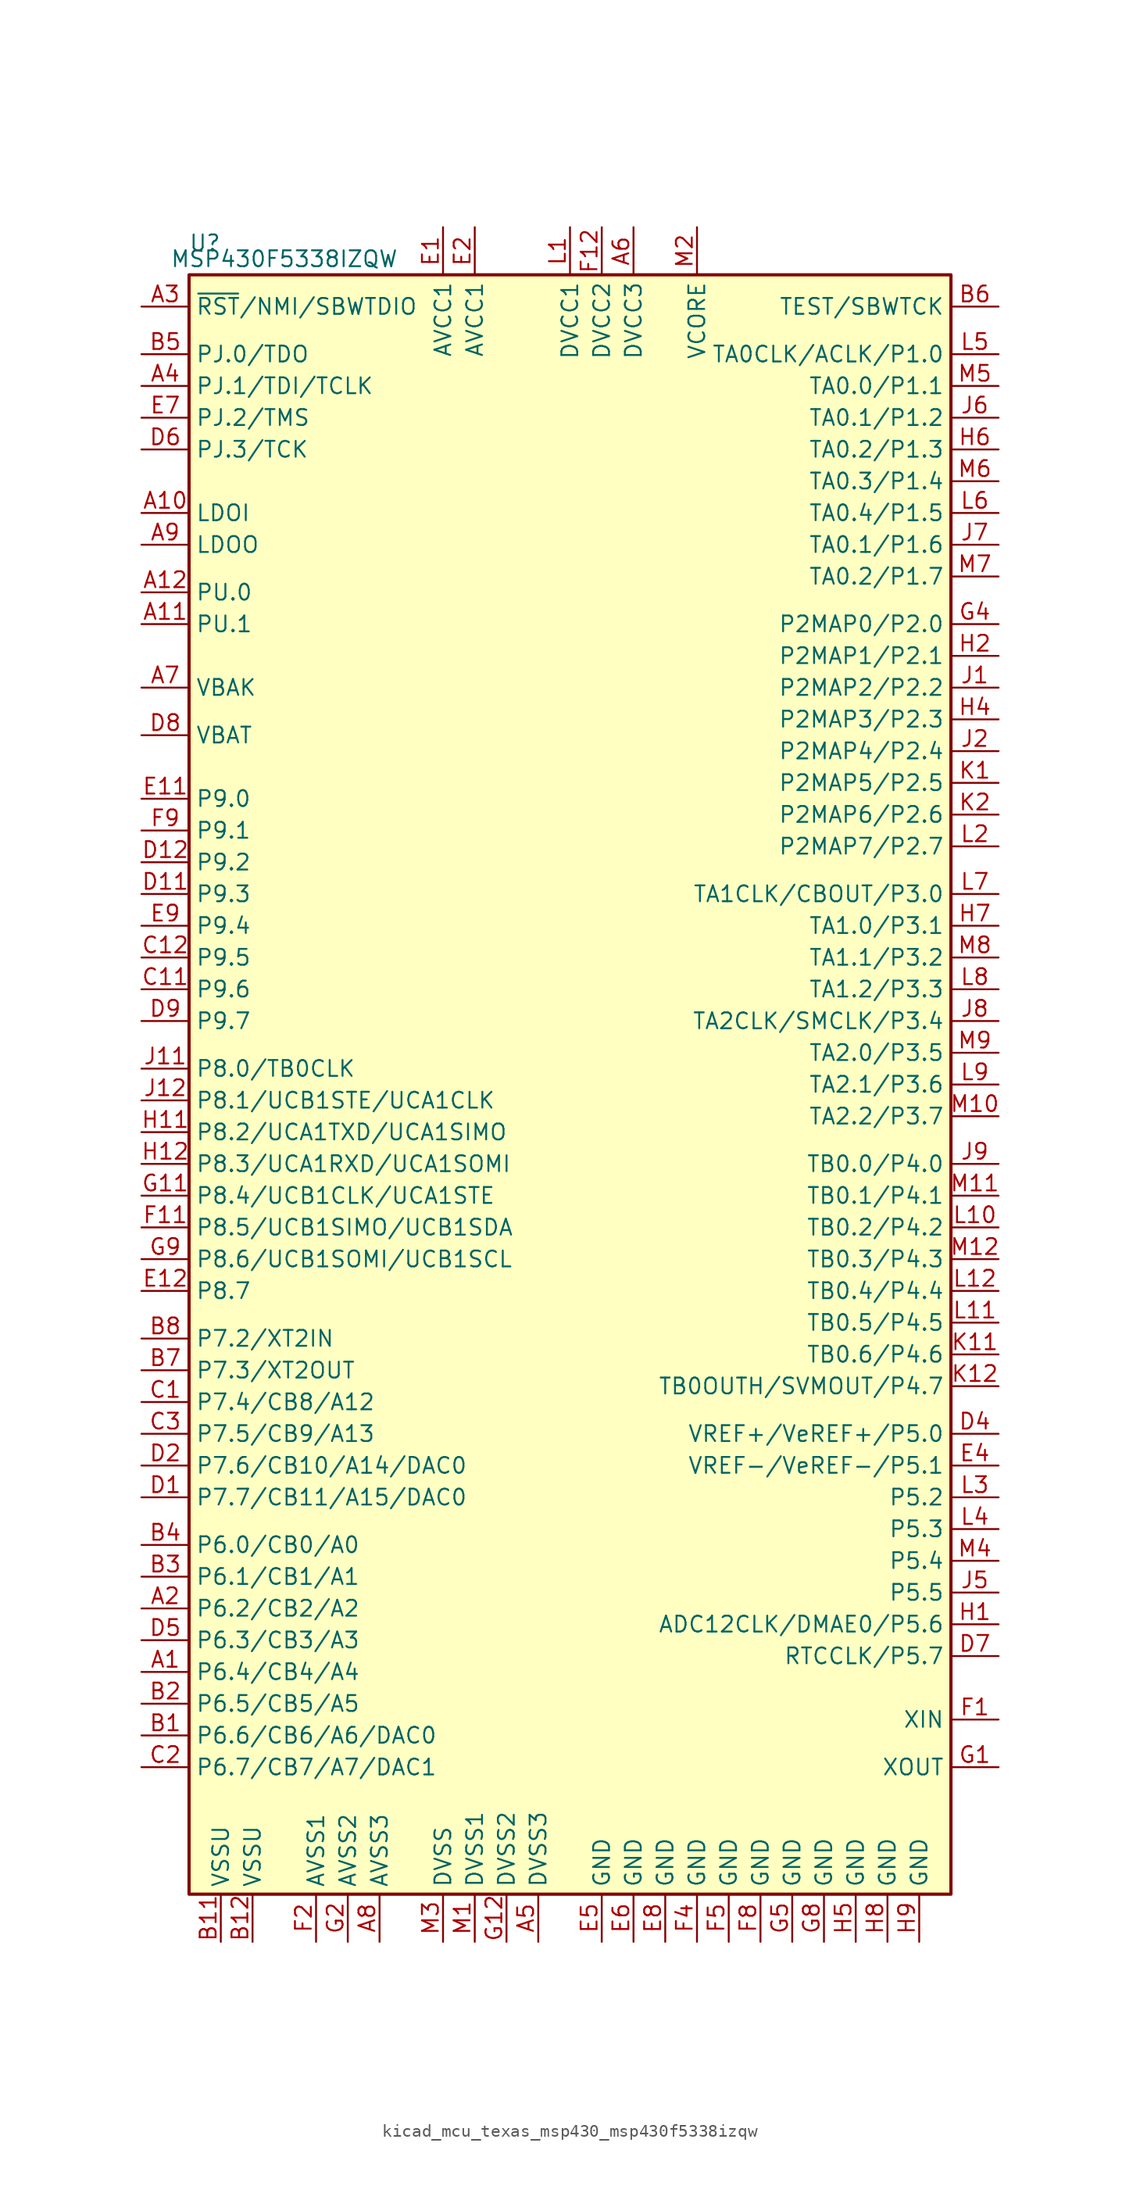
<source format=kicad_sym>
(kicad_symbol_lib
  (version 20220914)
  (generator kicad_symbol_editor)
  (symbol "kicad_mcu_texas_msp430_msp430f5338izqw"
    (property "Reference" "U"
      (at -29.21 67.31 0)
      (effects (font (size 1.27 1.27))))
    (property "Value" "MSP430F5338IZQW"
      (at -22.86 66.04 0)
      (effects (font (size 1.27 1.27))))
    (symbol "kicad_mcu_texas_msp430_msp430f5338izqw_0_1"
      (rectangle (start -30.48 64.77) (end 30.48 -64.77) (stroke (width 0.254) (type default)) (fill (type background))))
    (symbol "kicad_mcu_texas_msp430_msp430f5338izqw_1_1"
      (pin bidirectional line (at -34.29 -46.99 0) (length 3.81) (name "P6.4/CB4/A4" (effects (font (size 1.27 1.27)))) (number "A1" (effects (font (size 1.27 1.27)))))
      (pin bidirectional line (at -34.29 45.72 0) (length 3.81) (name "LDOI" (effects (font (size 1.27 1.27)))) (number "A10" (effects (font (size 1.27 1.27)))))
      (pin bidirectional line (at -34.29 36.83 0) (length 3.81) (name "PU.1" (effects (font (size 1.27 1.27)))) (number "A11" (effects (font (size 1.27 1.27)))))
      (pin bidirectional line (at -34.29 39.37 0) (length 3.81) (name "PU.0" (effects (font (size 1.27 1.27)))) (number "A12" (effects (font (size 1.27 1.27)))))
      (pin bidirectional line (at -34.29 -41.91 0) (length 3.81) (name "P6.2/CB2/A2" (effects (font (size 1.27 1.27)))) (number "A2" (effects (font (size 1.27 1.27)))))
      (pin input line (at -34.29 62.23 0) (length 3.81) (name "~{RST}/NMI/SBWTDIO" (effects (font (size 1.27 1.27)))) (number "A3" (effects (font (size 1.27 1.27)))))
      (pin bidirectional line (at -34.29 55.88 0) (length 3.81) (name "PJ.1/TDI/TCLK" (effects (font (size 1.27 1.27)))) (number "A4" (effects (font (size 1.27 1.27)))))
      (pin power_in line (at -2.54 -68.58 90) (length 3.81) (name "DVSS3" (effects (font (size 1.27 1.27)))) (number "A5" (effects (font (size 1.27 1.27)))))
      (pin power_in line (at 5.08 68.58 270) (length 3.81) (name "DVCC3" (effects (font (size 1.27 1.27)))) (number "A6" (effects (font (size 1.27 1.27)))))
      (pin bidirectional line (at -34.29 31.75 0) (length 3.81) (name "VBAK" (effects (font (size 1.27 1.27)))) (number "A7" (effects (font (size 1.27 1.27)))))
      (pin power_in line (at -15.24 -68.58 90) (length 3.81) (name "AVSS3" (effects (font (size 1.27 1.27)))) (number "A8" (effects (font (size 1.27 1.27)))))
      (pin bidirectional line (at -34.29 43.18 0) (length 3.81) (name "LDOO" (effects (font (size 1.27 1.27)))) (number "A9" (effects (font (size 1.27 1.27)))))
      (pin bidirectional line (at -34.29 -52.07 0) (length 3.81) (name "P6.6/CB6/A6/DAC0" (effects (font (size 1.27 1.27)))) (number "B1" (effects (font (size 1.27 1.27)))))
      (pin power_in line (at -27.94 -68.58 90) (length 3.81) (name "VSSU" (effects (font (size 1.27 1.27)))) (number "B11" (effects (font (size 1.27 1.27)))))
      (pin power_in line (at -25.4 -68.58 90) (length 3.81) (name "VSSU" (effects (font (size 1.27 1.27)))) (number "B12" (effects (font (size 1.27 1.27)))))
      (pin bidirectional line (at -34.29 -49.53 0) (length 3.81) (name "P6.5/CB5/A5" (effects (font (size 1.27 1.27)))) (number "B2" (effects (font (size 1.27 1.27)))))
      (pin bidirectional line (at -34.29 -39.37 0) (length 3.81) (name "P6.1/CB1/A1" (effects (font (size 1.27 1.27)))) (number "B3" (effects (font (size 1.27 1.27)))))
      (pin bidirectional line (at -34.29 -36.83 0) (length 3.81) (name "P6.0/CB0/A0" (effects (font (size 1.27 1.27)))) (number "B4" (effects (font (size 1.27 1.27)))))
      (pin bidirectional line (at -34.29 58.42 0) (length 3.81) (name "PJ.0/TDO" (effects (font (size 1.27 1.27)))) (number "B5" (effects (font (size 1.27 1.27)))))
      (pin input line (at 34.29 62.23 180) (length 3.81) (name "TEST/SBWTCK" (effects (font (size 1.27 1.27)))) (number "B6" (effects (font (size 1.27 1.27)))))
      (pin bidirectional line (at -34.29 -22.86 0) (length 3.81) (name "P7.3/XT2OUT" (effects (font (size 1.27 1.27)))) (number "B7" (effects (font (size 1.27 1.27)))))
      (pin bidirectional line (at -34.29 -20.32 0) (length 3.81) (name "P7.2/XT2IN" (effects (font (size 1.27 1.27)))) (number "B8" (effects (font (size 1.27 1.27)))))
      (pin bidirectional line (at -34.29 -25.4 0) (length 3.81) (name "P7.4/CB8/A12" (effects (font (size 1.27 1.27)))) (number "C1" (effects (font (size 1.27 1.27)))))
      (pin bidirectional line (at -34.29 7.62 0) (length 3.81) (name "P9.6" (effects (font (size 1.27 1.27)))) (number "C11" (effects (font (size 1.27 1.27)))))
      (pin bidirectional line (at -34.29 10.16 0) (length 3.81) (name "P9.5" (effects (font (size 1.27 1.27)))) (number "C12" (effects (font (size 1.27 1.27)))))
      (pin bidirectional line (at -34.29 -54.61 0) (length 3.81) (name "P6.7/CB7/A7/DAC1" (effects (font (size 1.27 1.27)))) (number "C2" (effects (font (size 1.27 1.27)))))
      (pin bidirectional line (at -34.29 -27.94 0) (length 3.81) (name "P7.5/CB9/A13" (effects (font (size 1.27 1.27)))) (number "C3" (effects (font (size 1.27 1.27)))))
      (pin bidirectional line (at -34.29 -33.02 0) (length 3.81) (name "P7.7/CB11/A15/DAC0" (effects (font (size 1.27 1.27)))) (number "D1" (effects (font (size 1.27 1.27)))))
      (pin bidirectional line (at -34.29 15.24 0) (length 3.81) (name "P9.3" (effects (font (size 1.27 1.27)))) (number "D11" (effects (font (size 1.27 1.27)))))
      (pin bidirectional line (at -34.29 17.78 0) (length 3.81) (name "P9.2" (effects (font (size 1.27 1.27)))) (number "D12" (effects (font (size 1.27 1.27)))))
      (pin bidirectional line (at -34.29 -30.48 0) (length 3.81) (name "P7.6/CB10/A14/DAC0" (effects (font (size 1.27 1.27)))) (number "D2" (effects (font (size 1.27 1.27)))))
      (pin bidirectional line (at 34.29 -27.94 180) (length 3.81) (name "VREF+/VeREF+/P5.0" (effects (font (size 1.27 1.27)))) (number "D4" (effects (font (size 1.27 1.27)))))
      (pin bidirectional line (at -34.29 -44.45 0) (length 3.81) (name "P6.3/CB3/A3" (effects (font (size 1.27 1.27)))) (number "D5" (effects (font (size 1.27 1.27)))))
      (pin bidirectional line (at -34.29 50.8 0) (length 3.81) (name "PJ.3/TCK" (effects (font (size 1.27 1.27)))) (number "D6" (effects (font (size 1.27 1.27)))))
      (pin bidirectional line (at 34.29 -45.72 180) (length 3.81) (name "RTCCLK/P5.7" (effects (font (size 1.27 1.27)))) (number "D7" (effects (font (size 1.27 1.27)))))
      (pin bidirectional line (at -34.29 27.94 0) (length 3.81) (name "VBAT" (effects (font (size 1.27 1.27)))) (number "D8" (effects (font (size 1.27 1.27)))))
      (pin bidirectional line (at -34.29 5.08 0) (length 3.81) (name "P9.7" (effects (font (size 1.27 1.27)))) (number "D9" (effects (font (size 1.27 1.27)))))
      (pin power_in line (at -10.16 68.58 270) (length 3.81) (name "AVCC1" (effects (font (size 1.27 1.27)))) (number "E1" (effects (font (size 1.27 1.27)))))
      (pin bidirectional line (at -34.29 22.86 0) (length 3.81) (name "P9.0" (effects (font (size 1.27 1.27)))) (number "E11" (effects (font (size 1.27 1.27)))))
      (pin bidirectional line (at -34.29 -16.51 0) (length 3.81) (name "P8.7" (effects (font (size 1.27 1.27)))) (number "E12" (effects (font (size 1.27 1.27)))))
      (pin power_in line (at -7.62 68.58 270) (length 3.81) (name "AVCC1" (effects (font (size 1.27 1.27)))) (number "E2" (effects (font (size 1.27 1.27)))))
      (pin bidirectional line (at 34.29 -30.48 180) (length 3.81) (name "VREF-/VeREF-/P5.1" (effects (font (size 1.27 1.27)))) (number "E4" (effects (font (size 1.27 1.27)))))
      (pin power_in line (at 2.54 -68.58 90) (length 3.81) (name "GND" (effects (font (size 1.27 1.27)))) (number "E5" (effects (font (size 1.27 1.27)))))
      (pin power_in line (at 5.08 -68.58 90) (length 3.81) (name "GND" (effects (font (size 1.27 1.27)))) (number "E6" (effects (font (size 1.27 1.27)))))
      (pin bidirectional line (at -34.29 53.34 0) (length 3.81) (name "PJ.2/TMS" (effects (font (size 1.27 1.27)))) (number "E7" (effects (font (size 1.27 1.27)))))
      (pin power_in line (at 7.62 -68.58 90) (length 3.81) (name "GND" (effects (font (size 1.27 1.27)))) (number "E8" (effects (font (size 1.27 1.27)))))
      (pin bidirectional line (at -34.29 12.7 0) (length 3.81) (name "P9.4" (effects (font (size 1.27 1.27)))) (number "E9" (effects (font (size 1.27 1.27)))))
      (pin bidirectional line (at 34.29 -50.8 180) (length 3.81) (name "XIN" (effects (font (size 1.27 1.27)))) (number "F1" (effects (font (size 1.27 1.27)))))
      (pin bidirectional line (at -34.29 -11.43 0) (length 3.81) (name "P8.5/UCB1SIMO/UCB1SDA" (effects (font (size 1.27 1.27)))) (number "F11" (effects (font (size 1.27 1.27)))))
      (pin power_in line (at 2.54 68.58 270) (length 3.81) (name "DVCC2" (effects (font (size 1.27 1.27)))) (number "F12" (effects (font (size 1.27 1.27)))))
      (pin power_in line (at -20.32 -68.58 90) (length 3.81) (name "AVSS1" (effects (font (size 1.27 1.27)))) (number "F2" (effects (font (size 1.27 1.27)))))
      (pin power_in line (at 10.16 -68.58 90) (length 3.81) (name "GND" (effects (font (size 1.27 1.27)))) (number "F4" (effects (font (size 1.27 1.27)))))
      (pin power_in line (at 12.7 -68.58 90) (length 3.81) (name "GND" (effects (font (size 1.27 1.27)))) (number "F5" (effects (font (size 1.27 1.27)))))
      (pin power_in line (at 15.24 -68.58 90) (length 3.81) (name "GND" (effects (font (size 1.27 1.27)))) (number "F8" (effects (font (size 1.27 1.27)))))
      (pin bidirectional line (at -34.29 20.32 0) (length 3.81) (name "P9.1" (effects (font (size 1.27 1.27)))) (number "F9" (effects (font (size 1.27 1.27)))))
      (pin bidirectional line (at 34.29 -54.61 180) (length 3.81) (name "XOUT" (effects (font (size 1.27 1.27)))) (number "G1" (effects (font (size 1.27 1.27)))))
      (pin bidirectional line (at -34.29 -8.89 0) (length 3.81) (name "P8.4/UCB1CLK/UCA1STE" (effects (font (size 1.27 1.27)))) (number "G11" (effects (font (size 1.27 1.27)))))
      (pin power_in line (at -5.08 -68.58 90) (length 3.81) (name "DVSS2" (effects (font (size 1.27 1.27)))) (number "G12" (effects (font (size 1.27 1.27)))))
      (pin power_in line (at -17.78 -68.58 90) (length 3.81) (name "AVSS2" (effects (font (size 1.27 1.27)))) (number "G2" (effects (font (size 1.27 1.27)))))
      (pin bidirectional line (at 34.29 36.83 180) (length 3.81) (name "P2MAP0/P2.0" (effects (font (size 1.27 1.27)))) (number "G4" (effects (font (size 1.27 1.27)))))
      (pin power_in line (at 17.78 -68.58 90) (length 3.81) (name "GND" (effects (font (size 1.27 1.27)))) (number "G5" (effects (font (size 1.27 1.27)))))
      (pin power_in line (at 20.32 -68.58 90) (length 3.81) (name "GND" (effects (font (size 1.27 1.27)))) (number "G8" (effects (font (size 1.27 1.27)))))
      (pin bidirectional line (at -34.29 -13.97 0) (length 3.81) (name "P8.6/UCB1SOMI/UCB1SCL" (effects (font (size 1.27 1.27)))) (number "G9" (effects (font (size 1.27 1.27)))))
      (pin bidirectional line (at 34.29 -43.18 180) (length 3.81) (name "ADC12CLK/DMAE0/P5.6" (effects (font (size 1.27 1.27)))) (number "H1" (effects (font (size 1.27 1.27)))))
      (pin bidirectional line (at -34.29 -3.81 0) (length 3.81) (name "P8.2/UCA1TXD/UCA1SIMO" (effects (font (size 1.27 1.27)))) (number "H11" (effects (font (size 1.27 1.27)))))
      (pin bidirectional line (at -34.29 -6.35 0) (length 3.81) (name "P8.3/UCA1RXD/UCA1SOMI" (effects (font (size 1.27 1.27)))) (number "H12" (effects (font (size 1.27 1.27)))))
      (pin bidirectional line (at 34.29 34.29 180) (length 3.81) (name "P2MAP1/P2.1" (effects (font (size 1.27 1.27)))) (number "H2" (effects (font (size 1.27 1.27)))))
      (pin bidirectional line (at 34.29 29.21 180) (length 3.81) (name "P2MAP3/P2.3" (effects (font (size 1.27 1.27)))) (number "H4" (effects (font (size 1.27 1.27)))))
      (pin power_in line (at 22.86 -68.58 90) (length 3.81) (name "GND" (effects (font (size 1.27 1.27)))) (number "H5" (effects (font (size 1.27 1.27)))))
      (pin bidirectional line (at 34.29 50.8 180) (length 3.81) (name "TA0.2/P1.3" (effects (font (size 1.27 1.27)))) (number "H6" (effects (font (size 1.27 1.27)))))
      (pin bidirectional line (at 34.29 12.7 180) (length 3.81) (name "TA1.0/P3.1" (effects (font (size 1.27 1.27)))) (number "H7" (effects (font (size 1.27 1.27)))))
      (pin power_in line (at 25.4 -68.58 90) (length 3.81) (name "GND" (effects (font (size 1.27 1.27)))) (number "H8" (effects (font (size 1.27 1.27)))))
      (pin power_in line (at 27.94 -68.58 90) (length 3.81) (name "GND" (effects (font (size 1.27 1.27)))) (number "H9" (effects (font (size 1.27 1.27)))))
      (pin bidirectional line (at 34.29 31.75 180) (length 3.81) (name "P2MAP2/P2.2" (effects (font (size 1.27 1.27)))) (number "J1" (effects (font (size 1.27 1.27)))))
      (pin bidirectional line (at -34.29 1.27 0) (length 3.81) (name "P8.0/TB0CLK" (effects (font (size 1.27 1.27)))) (number "J11" (effects (font (size 1.27 1.27)))))
      (pin bidirectional line (at -34.29 -1.27 0) (length 3.81) (name "P8.1/UCB1STE/UCA1CLK" (effects (font (size 1.27 1.27)))) (number "J12" (effects (font (size 1.27 1.27)))))
      (pin bidirectional line (at 34.29 26.67 180) (length 3.81) (name "P2MAP4/P2.4" (effects (font (size 1.27 1.27)))) (number "J2" (effects (font (size 1.27 1.27)))))
      (pin bidirectional line (at 34.29 -40.64 180) (length 3.81) (name "P5.5" (effects (font (size 1.27 1.27)))) (number "J5" (effects (font (size 1.27 1.27)))))
      (pin bidirectional line (at 34.29 53.34 180) (length 3.81) (name "TA0.1/P1.2" (effects (font (size 1.27 1.27)))) (number "J6" (effects (font (size 1.27 1.27)))))
      (pin bidirectional line (at 34.29 43.18 180) (length 3.81) (name "TA0.1/P1.6" (effects (font (size 1.27 1.27)))) (number "J7" (effects (font (size 1.27 1.27)))))
      (pin bidirectional line (at 34.29 5.08 180) (length 3.81) (name "TA2CLK/SMCLK/P3.4" (effects (font (size 1.27 1.27)))) (number "J8" (effects (font (size 1.27 1.27)))))
      (pin bidirectional line (at 34.29 -6.35 180) (length 3.81) (name "TB0.0/P4.0" (effects (font (size 1.27 1.27)))) (number "J9" (effects (font (size 1.27 1.27)))))
      (pin bidirectional line (at 34.29 24.13 180) (length 3.81) (name "P2MAP5/P2.5" (effects (font (size 1.27 1.27)))) (number "K1" (effects (font (size 1.27 1.27)))))
      (pin bidirectional line (at 34.29 -21.59 180) (length 3.81) (name "TB0.6/P4.6" (effects (font (size 1.27 1.27)))) (number "K11" (effects (font (size 1.27 1.27)))))
      (pin bidirectional line (at 34.29 -24.13 180) (length 3.81) (name "TB0OUTH/SVMOUT/P4.7" (effects (font (size 1.27 1.27)))) (number "K12" (effects (font (size 1.27 1.27)))))
      (pin bidirectional line (at 34.29 21.59 180) (length 3.81) (name "P2MAP6/P2.6" (effects (font (size 1.27 1.27)))) (number "K2" (effects (font (size 1.27 1.27)))))
      (pin power_in line (at 0 68.58 270) (length 3.81) (name "DVCC1" (effects (font (size 1.27 1.27)))) (number "L1" (effects (font (size 1.27 1.27)))))
      (pin bidirectional line (at 34.29 -11.43 180) (length 3.81) (name "TB0.2/P4.2" (effects (font (size 1.27 1.27)))) (number "L10" (effects (font (size 1.27 1.27)))))
      (pin bidirectional line (at 34.29 -19.05 180) (length 3.81) (name "TB0.5/P4.5" (effects (font (size 1.27 1.27)))) (number "L11" (effects (font (size 1.27 1.27)))))
      (pin bidirectional line (at 34.29 -16.51 180) (length 3.81) (name "TB0.4/P4.4" (effects (font (size 1.27 1.27)))) (number "L12" (effects (font (size 1.27 1.27)))))
      (pin bidirectional line (at 34.29 19.05 180) (length 3.81) (name "P2MAP7/P2.7" (effects (font (size 1.27 1.27)))) (number "L2" (effects (font (size 1.27 1.27)))))
      (pin bidirectional line (at 34.29 -33.02 180) (length 3.81) (name "P5.2" (effects (font (size 1.27 1.27)))) (number "L3" (effects (font (size 1.27 1.27)))))
      (pin bidirectional line (at 34.29 -35.56 180) (length 3.81) (name "P5.3" (effects (font (size 1.27 1.27)))) (number "L4" (effects (font (size 1.27 1.27)))))
      (pin bidirectional line (at 34.29 58.42 180) (length 3.81) (name "TA0CLK/ACLK/P1.0" (effects (font (size 1.27 1.27)))) (number "L5" (effects (font (size 1.27 1.27)))))
      (pin bidirectional line (at 34.29 45.72 180) (length 3.81) (name "TA0.4/P1.5" (effects (font (size 1.27 1.27)))) (number "L6" (effects (font (size 1.27 1.27)))))
      (pin bidirectional line (at 34.29 15.24 180) (length 3.81) (name "TA1CLK/CBOUT/P3.0" (effects (font (size 1.27 1.27)))) (number "L7" (effects (font (size 1.27 1.27)))))
      (pin bidirectional line (at 34.29 7.62 180) (length 3.81) (name "TA1.2/P3.3" (effects (font (size 1.27 1.27)))) (number "L8" (effects (font (size 1.27 1.27)))))
      (pin bidirectional line (at 34.29 0 180) (length 3.81) (name "TA2.1/P3.6" (effects (font (size 1.27 1.27)))) (number "L9" (effects (font (size 1.27 1.27)))))
      (pin power_in line (at -7.62 -68.58 90) (length 3.81) (name "DVSS1" (effects (font (size 1.27 1.27)))) (number "M1" (effects (font (size 1.27 1.27)))))
      (pin bidirectional line (at 34.29 -2.54 180) (length 3.81) (name "TA2.2/P3.7" (effects (font (size 1.27 1.27)))) (number "M10" (effects (font (size 1.27 1.27)))))
      (pin bidirectional line (at 34.29 -8.89 180) (length 3.81) (name "TB0.1/P4.1" (effects (font (size 1.27 1.27)))) (number "M11" (effects (font (size 1.27 1.27)))))
      (pin bidirectional line (at 34.29 -13.97 180) (length 3.81) (name "TB0.3/P4.3" (effects (font (size 1.27 1.27)))) (number "M12" (effects (font (size 1.27 1.27)))))
      (pin bidirectional line (at 10.16 68.58 270) (length 3.81) (name "VCORE" (effects (font (size 1.27 1.27)))) (number "M2" (effects (font (size 1.27 1.27)))))
      (pin power_in line (at -10.16 -68.58 90) (length 3.81) (name "DVSS" (effects (font (size 1.27 1.27)))) (number "M3" (effects (font (size 1.27 1.27)))))
      (pin bidirectional line (at 34.29 -38.1 180) (length 3.81) (name "P5.4" (effects (font (size 1.27 1.27)))) (number "M4" (effects (font (size 1.27 1.27)))))
      (pin bidirectional line (at 34.29 55.88 180) (length 3.81) (name "TA0.0/P1.1" (effects (font (size 1.27 1.27)))) (number "M5" (effects (font (size 1.27 1.27)))))
      (pin bidirectional line (at 34.29 48.26 180) (length 3.81) (name "TA0.3/P1.4" (effects (font (size 1.27 1.27)))) (number "M6" (effects (font (size 1.27 1.27)))))
      (pin bidirectional line (at 34.29 40.64 180) (length 3.81) (name "TA0.2/P1.7" (effects (font (size 1.27 1.27)))) (number "M7" (effects (font (size 1.27 1.27)))))
      (pin bidirectional line (at 34.29 10.16 180) (length 3.81) (name "TA1.1/P3.2" (effects (font (size 1.27 1.27)))) (number "M8" (effects (font (size 1.27 1.27)))))
      (pin bidirectional line (at 34.29 2.54 180) (length 3.81) (name "TA2.0/P3.5" (effects (font (size 1.27 1.27)))) (number "M9" (effects (font (size 1.27 1.27))))))))
</source>
